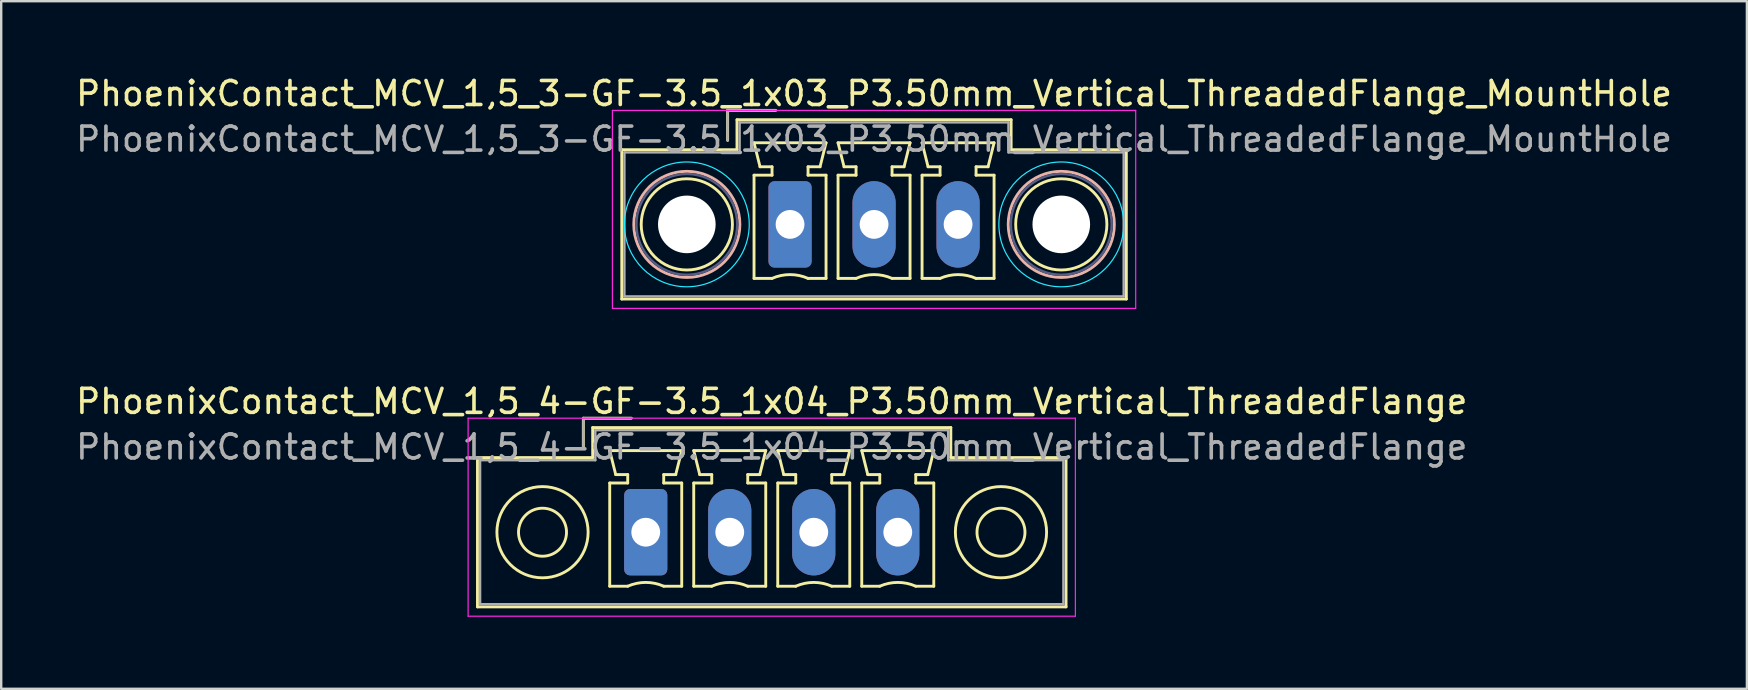
<source format=kicad_pcb>
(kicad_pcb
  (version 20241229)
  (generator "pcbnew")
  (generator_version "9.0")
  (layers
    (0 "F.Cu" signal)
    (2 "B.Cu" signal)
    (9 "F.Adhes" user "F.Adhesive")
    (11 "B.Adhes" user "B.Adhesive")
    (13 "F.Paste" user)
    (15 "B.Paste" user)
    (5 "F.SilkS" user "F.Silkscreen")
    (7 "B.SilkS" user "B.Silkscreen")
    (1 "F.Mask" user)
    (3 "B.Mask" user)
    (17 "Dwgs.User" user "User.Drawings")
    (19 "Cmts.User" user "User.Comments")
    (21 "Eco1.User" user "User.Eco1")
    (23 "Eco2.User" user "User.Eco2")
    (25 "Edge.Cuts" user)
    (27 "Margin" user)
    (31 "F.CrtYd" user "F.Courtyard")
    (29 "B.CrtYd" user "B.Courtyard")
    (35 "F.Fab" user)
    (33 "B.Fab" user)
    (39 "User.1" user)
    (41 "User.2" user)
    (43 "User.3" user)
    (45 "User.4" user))
  (footprint "PhoenixContact_MCV_1,5_4-GF-3.5_1x04_P3.50mm_Vertical_ThreadedFlange"
    (layer "F.Cu")
    (at 23.851 19.122)
    (property "Reference" "PhoenixContact_MCV_1,5_4-GF-3.5_1x04_P3.50mm_Vertical_ThreadedFlange" (at 5.25 -5.45 0) (layer "F.SilkS") (effects (font (size 1 1) (thickness 0.15))))
    (attr through_hole)
    (fp_line (start -7.01 -3.11) (end -7.01 3.11) (stroke (width 0.12) (type solid)) (layer "F.SilkS"))
    (fp_line (start -7.01 3.11) (end 17.51 3.11) (stroke (width 0.12) (type solid)) (layer "F.SilkS"))
    (fp_line (start -2.6 -4.75) (end -0.6 -4.75) (stroke (width 0.12) (type solid)) (layer "F.SilkS"))
    (fp_line (start -2.6 -3.5) (end -2.6 -4.75) (stroke (width 0.12) (type solid)) (layer "F.SilkS"))
    (fp_line (start -2.21 -4.36) (end -2.21 -3.11) (stroke (width 0.12) (type solid)) (layer "F.SilkS"))
    (fp_line (start -2.21 -3.11) (end -7.01 -3.11) (stroke (width 0.12) (type solid)) (layer "F.SilkS"))
    (fp_line (start -1.5 -3.4) (end 1.5 -3.4) (stroke (width 0.12) (type solid)) (layer "F.SilkS"))
    (fp_line (start -1.5 -2.05) (end -0.75 -2.05) (stroke (width 0.12) (type solid)) (layer "F.SilkS"))
    (fp_line (start -1.5 2.25) (end -1.5 -2.05) (stroke (width 0.12) (type solid)) (layer "F.SilkS"))
    (fp_line (start -1.25 -2.4) (end -1.5 -3.4) (stroke (width 0.12) (type solid)) (layer "F.SilkS"))
    (fp_line (start -0.75 -2.4) (end -1.25 -2.4) (stroke (width 0.12) (type solid)) (layer "F.SilkS"))
    (fp_line (start -0.75 -2.05) (end -0.75 -2.4) (stroke (width 0.12) (type solid)) (layer "F.SilkS"))
    (fp_line (start -0.75 2.25) (end -1.5 2.25) (stroke (width 0.12) (type solid)) (layer "F.SilkS"))
    (fp_line (start 0.75 -2.4) (end 0.75 -2.05) (stroke (width 0.12) (type solid)) (layer "F.SilkS"))
    (fp_line (start 0.75 -2.05) (end 1.5 -2.05) (stroke (width 0.12) (type solid)) (layer "F.SilkS"))
    (fp_line (start 1.25 -2.4) (end 0.75 -2.4) (stroke (width 0.12) (type solid)) (layer "F.SilkS"))
    (fp_line (start 1.5 -3.4) (end 1.25 -2.4) (stroke (width 0.12) (type solid)) (layer "F.SilkS"))
    (fp_line (start 1.5 -2.05) (end 1.5 2.25) (stroke (width 0.12) (type solid)) (layer "F.SilkS"))
    (fp_line (start 1.5 2.25) (end 0.75 2.25) (stroke (width 0.12) (type solid)) (layer "F.SilkS"))
    (fp_line (start 2 -3.4) (end 5 -3.4) (stroke (width 0.12) (type solid)) (layer "F.SilkS"))
    (fp_line (start 2 -2.05) (end 2.75 -2.05) (stroke (width 0.12) (type solid)) (layer "F.SilkS"))
    (fp_line (start 2 2.25) (end 2 -2.05) (stroke (width 0.12) (type solid)) (layer "F.SilkS"))
    (fp_line (start 2.25 -2.4) (end 2 -3.4) (stroke (width 0.12) (type solid)) (layer "F.SilkS"))
    (fp_line (start 2.75 -2.4) (end 2.25 -2.4) (stroke (width 0.12) (type solid)) (layer "F.SilkS"))
    (fp_line (start 2.75 -2.05) (end 2.75 -2.4) (stroke (width 0.12) (type solid)) (layer "F.SilkS"))
    (fp_line (start 2.75 2.25) (end 2 2.25) (stroke (width 0.12) (type solid)) (layer "F.SilkS"))
    (fp_line (start 4.25 -2.4) (end 4.25 -2.05) (stroke (width 0.12) (type solid)) (layer "F.SilkS"))
    (fp_line (start 4.25 -2.05) (end 5 -2.05) (stroke (width 0.12) (type solid)) (layer "F.SilkS"))
    (fp_line (start 4.75 -2.4) (end 4.25 -2.4) (stroke (width 0.12) (type solid)) (layer "F.SilkS"))
    (fp_line (start 5 -3.4) (end 4.75 -2.4) (stroke (width 0.12) (type solid)) (layer "F.SilkS"))
    (fp_line (start 5 -2.05) (end 5 2.25) (stroke (width 0.12) (type solid)) (layer "F.SilkS"))
    (fp_line (start 5 2.25) (end 4.25 2.25) (stroke (width 0.12) (type solid)) (layer "F.SilkS"))
    (fp_line (start 5.5 -3.4) (end 8.5 -3.4) (stroke (width 0.12) (type solid)) (layer "F.SilkS"))
    (fp_line (start 5.5 -2.05) (end 6.25 -2.05) (stroke (width 0.12) (type solid)) (layer "F.SilkS"))
    (fp_line (start 5.5 2.25) (end 5.5 -2.05) (stroke (width 0.12) (type solid)) (layer "F.SilkS"))
    (fp_line (start 5.75 -2.4) (end 5.5 -3.4) (stroke (width 0.12) (type solid)) (layer "F.SilkS"))
    (fp_line (start 6.25 -2.4) (end 5.75 -2.4) (stroke (width 0.12) (type solid)) (layer "F.SilkS"))
    (fp_line (start 6.25 -2.05) (end 6.25 -2.4) (stroke (width 0.12) (type solid)) (layer "F.SilkS"))
    (fp_line (start 6.25 2.25) (end 5.5 2.25) (stroke (width 0.12) (type solid)) (layer "F.SilkS"))
    (fp_line (start 7.75 -2.4) (end 7.75 -2.05) (stroke (width 0.12) (type solid)) (layer "F.SilkS"))
    (fp_line (start 7.75 -2.05) (end 8.5 -2.05) (stroke (width 0.12) (type solid)) (layer "F.SilkS"))
    (fp_line (start 8.25 -2.4) (end 7.75 -2.4) (stroke (width 0.12) (type solid)) (layer "F.SilkS"))
    (fp_line (start 8.5 -3.4) (end 8.25 -2.4) (stroke (width 0.12) (type solid)) (layer "F.SilkS"))
    (fp_line (start 8.5 -2.05) (end 8.5 2.25) (stroke (width 0.12) (type solid)) (layer "F.SilkS"))
    (fp_line (start 8.5 2.25) (end 7.75 2.25) (stroke (width 0.12) (type solid)) (layer "F.SilkS"))
    (fp_line (start 9 -3.4) (end 12 -3.4) (stroke (width 0.12) (type solid)) (layer "F.SilkS"))
    (fp_line (start 9 -2.05) (end 9.75 -2.05) (stroke (width 0.12) (type solid)) (layer "F.SilkS"))
    (fp_line (start 9 2.25) (end 9 -2.05) (stroke (width 0.12) (type solid)) (layer "F.SilkS"))
    (fp_line (start 9.25 -2.4) (end 9 -3.4) (stroke (width 0.12) (type solid)) (layer "F.SilkS"))
    (fp_line (start 9.75 -2.4) (end 9.25 -2.4) (stroke (width 0.12) (type solid)) (layer "F.SilkS"))
    (fp_line (start 9.75 -2.05) (end 9.75 -2.4) (stroke (width 0.12) (type solid)) (layer "F.SilkS"))
    (fp_line (start 9.75 2.25) (end 9 2.25) (stroke (width 0.12) (type solid)) (layer "F.SilkS"))
    (fp_line (start 11.25 -2.4) (end 11.25 -2.05) (stroke (width 0.12) (type solid)) (layer "F.SilkS"))
    (fp_line (start 11.25 -2.05) (end 12 -2.05) (stroke (width 0.12) (type solid)) (layer "F.SilkS"))
    (fp_line (start 11.75 -2.4) (end 11.25 -2.4) (stroke (width 0.12) (type solid)) (layer "F.SilkS"))
    (fp_line (start 12 -3.4) (end 11.75 -2.4) (stroke (width 0.12) (type solid)) (layer "F.SilkS"))
    (fp_line (start 12 -2.05) (end 12 2.25) (stroke (width 0.12) (type solid)) (layer "F.SilkS"))
    (fp_line (start 12 2.25) (end 11.25 2.25) (stroke (width 0.12) (type solid)) (layer "F.SilkS"))
    (fp_line (start 12.71 -4.36) (end -2.21 -4.36) (stroke (width 0.12) (type solid)) (layer "F.SilkS"))
    (fp_line (start 12.71 -3.11) (end 12.71 -4.36) (stroke (width 0.12) (type solid)) (layer "F.SilkS"))
    (fp_line (start 17.51 -3.11) (end 12.71 -3.11) (stroke (width 0.12) (type solid)) (layer "F.SilkS"))
    (fp_line (start 17.51 3.11) (end 17.51 -3.11) (stroke (width 0.12) (type solid)) (layer "F.SilkS"))
    (fp_arc (start -0.75 2.25) (mid -0.000193 2.09191) (end 0.749647 2.249844) (stroke (width 0.12) (type solid)) (layer "F.SilkS"))
    (fp_arc (start 2.75 2.25) (mid 3.499807 2.09191) (end 4.249647 2.249844) (stroke (width 0.12) (type solid)) (layer "F.SilkS"))
    (fp_arc (start 6.25 2.25) (mid 6.999807 2.09191) (end 7.749647 2.249844) (stroke (width 0.12) (type solid)) (layer "F.SilkS"))
    (fp_arc (start 9.75 2.25) (mid 10.499807 2.09191) (end 11.249647 2.249844) (stroke (width 0.12) (type solid)) (layer "F.SilkS"))
    (fp_circle (center -4.3 0) (end -3.3 0) (stroke (width 0.12) (type solid)) (fill no) (layer "F.SilkS"))
    (fp_circle (center -4.3 0) (end -2.4 0) (stroke (width 0.12) (type solid)) (fill no) (layer "F.SilkS"))
    (fp_circle (center 14.8 0) (end 15.8 0) (stroke (width 0.12) (type solid)) (fill no) (layer "F.SilkS"))
    (fp_circle (center 14.8 0) (end 16.7 0) (stroke (width 0.12) (type solid)) (fill no) (layer "F.SilkS"))
    (fp_line (start -7.4 -4.75) (end -7.4 3.5) (stroke (width 0.05) (type solid)) (layer "F.CrtYd"))
    (fp_line (start -7.4 3.5) (end 17.9 3.5) (stroke (width 0.05) (type solid)) (layer "F.CrtYd"))
    (fp_line (start 17.9 -4.75) (end -7.4 -4.75) (stroke (width 0.05) (type solid)) (layer "F.CrtYd"))
    (fp_line (start 17.9 3.5) (end 17.9 -4.75) (stroke (width 0.05) (type solid)) (layer "F.CrtYd"))
    (fp_line (start -6.9 -3) (end -6.9 3) (stroke (width 0.1) (type solid)) (layer "F.Fab"))
    (fp_line (start -6.9 3) (end 17.4 3) (stroke (width 0.1) (type solid)) (layer "F.Fab"))
    (fp_line (start -2.6 -4.75) (end -0.6 -4.75) (stroke (width 0.1) (type solid)) (layer "F.Fab"))
    (fp_line (start -2.6 -3.5) (end -2.6 -4.75) (stroke (width 0.1) (type solid)) (layer "F.Fab"))
    (fp_line (start -2.1 -4.25) (end -2.1 -3) (stroke (width 0.1) (type solid)) (layer "F.Fab"))
    (fp_line (start -2.1 -3) (end -6.9 -3) (stroke (width 0.1) (type solid)) (layer "F.Fab"))
    (fp_line (start 12.6 -4.25) (end -2.1 -4.25) (stroke (width 0.1) (type solid)) (layer "F.Fab"))
    (fp_line (start 12.6 -3) (end 12.6 -4.25) (stroke (width 0.1) (type solid)) (layer "F.Fab"))
    (fp_line (start 17.4 -3) (end 12.6 -3) (stroke (width 0.1) (type solid)) (layer "F.Fab"))
    (fp_line (start 17.4 3) (end 17.4 -3) (stroke (width 0.1) (type solid)) (layer "F.Fab"))
    (fp_text user "${REFERENCE}" (at 5.25 -3.55 0) (layer "F.Fab") (effects (font (size 1 1) (thickness 0.15))))
    (pad "1" thru_hole roundrect (at 0 0) (size 1.8 3.6) (drill 1.2) (layers "*.Cu" "*.Mask") (roundrect_rratio 0.139))
    (pad "2" thru_hole oval (at 3.5 0) (size 1.8 3.6) (drill 1.2) (layers "*.Cu" "*.Mask"))
    (pad "3" thru_hole oval (at 7 0) (size 1.8 3.6) (drill 1.2) (layers "*.Cu" "*.Mask"))
    (pad "4" thru_hole oval (at 10.5 0) (size 1.8 3.6) (drill 1.2) (layers "*.Cu" "*.Mask")))
  (footprint "PhoenixContact_MCV_1,5_3-GF-3.5_1x03_P3.50mm_Vertical_ThreadedFlange_MountHole"
    (layer "F.Cu")
    (at 29.863 6.298)
    (property "Reference" "PhoenixContact_MCV_1,5_3-GF-3.5_1x03_P3.50mm_Vertical_ThreadedFlange_MountHole" (at 3.5 -5.45 0) (layer "F.SilkS") (effects (font (size 1 1) (thickness 0.15))))
    (attr through_hole)
    (fp_line (start -7.01 -3.11) (end -7.01 3.11) (stroke (width 0.12) (type solid)) (layer "F.SilkS"))
    (fp_line (start -7.01 3.11) (end 14.01 3.11) (stroke (width 0.12) (type solid)) (layer "F.SilkS"))
    (fp_line (start -2.6 -4.75) (end -0.6 -4.75) (stroke (width 0.12) (type solid)) (layer "F.SilkS"))
    (fp_line (start -2.6 -3.5) (end -2.6 -4.75) (stroke (width 0.12) (type solid)) (layer "F.SilkS"))
    (fp_line (start -2.21 -4.36) (end -2.21 -3.11) (stroke (width 0.12) (type solid)) (layer "F.SilkS"))
    (fp_line (start -2.21 -3.11) (end -7.01 -3.11) (stroke (width 0.12) (type solid)) (layer "F.SilkS"))
    (fp_line (start -1.5 -3.4) (end 1.5 -3.4) (stroke (width 0.12) (type solid)) (layer "F.SilkS"))
    (fp_line (start -1.5 -2.05) (end -0.75 -2.05) (stroke (width 0.12) (type solid)) (layer "F.SilkS"))
    (fp_line (start -1.5 2.25) (end -1.5 -2.05) (stroke (width 0.12) (type solid)) (layer "F.SilkS"))
    (fp_line (start -1.25 -2.4) (end -1.5 -3.4) (stroke (width 0.12) (type solid)) (layer "F.SilkS"))
    (fp_line (start -0.75 -2.4) (end -1.25 -2.4) (stroke (width 0.12) (type solid)) (layer "F.SilkS"))
    (fp_line (start -0.75 -2.05) (end -0.75 -2.4) (stroke (width 0.12) (type solid)) (layer "F.SilkS"))
    (fp_line (start -0.75 2.25) (end -1.5 2.25) (stroke (width 0.12) (type solid)) (layer "F.SilkS"))
    (fp_line (start 0.75 -2.4) (end 0.75 -2.05) (stroke (width 0.12) (type solid)) (layer "F.SilkS"))
    (fp_line (start 0.75 -2.05) (end 1.5 -2.05) (stroke (width 0.12) (type solid)) (layer "F.SilkS"))
    (fp_line (start 1.25 -2.4) (end 0.75 -2.4) (stroke (width 0.12) (type solid)) (layer "F.SilkS"))
    (fp_line (start 1.5 -3.4) (end 1.25 -2.4) (stroke (width 0.12) (type solid)) (layer "F.SilkS"))
    (fp_line (start 1.5 -2.05) (end 1.5 2.25) (stroke (width 0.12) (type solid)) (layer "F.SilkS"))
    (fp_line (start 1.5 2.25) (end 0.75 2.25) (stroke (width 0.12) (type solid)) (layer "F.SilkS"))
    (fp_line (start 2 -3.4) (end 5 -3.4) (stroke (width 0.12) (type solid)) (layer "F.SilkS"))
    (fp_line (start 2 -2.05) (end 2.75 -2.05) (stroke (width 0.12) (type solid)) (layer "F.SilkS"))
    (fp_line (start 2 2.25) (end 2 -2.05) (stroke (width 0.12) (type solid)) (layer "F.SilkS"))
    (fp_line (start 2.25 -2.4) (end 2 -3.4) (stroke (width 0.12) (type solid)) (layer "F.SilkS"))
    (fp_line (start 2.75 -2.4) (end 2.25 -2.4) (stroke (width 0.12) (type solid)) (layer "F.SilkS"))
    (fp_line (start 2.75 -2.05) (end 2.75 -2.4) (stroke (width 0.12) (type solid)) (layer "F.SilkS"))
    (fp_line (start 2.75 2.25) (end 2 2.25) (stroke (width 0.12) (type solid)) (layer "F.SilkS"))
    (fp_line (start 4.25 -2.4) (end 4.25 -2.05) (stroke (width 0.12) (type solid)) (layer "F.SilkS"))
    (fp_line (start 4.25 -2.05) (end 5 -2.05) (stroke (width 0.12) (type solid)) (layer "F.SilkS"))
    (fp_line (start 4.75 -2.4) (end 4.25 -2.4) (stroke (width 0.12) (type solid)) (layer "F.SilkS"))
    (fp_line (start 5 -3.4) (end 4.75 -2.4) (stroke (width 0.12) (type solid)) (layer "F.SilkS"))
    (fp_line (start 5 -2.05) (end 5 2.25) (stroke (width 0.12) (type solid)) (layer "F.SilkS"))
    (fp_line (start 5 2.25) (end 4.25 2.25) (stroke (width 0.12) (type solid)) (layer "F.SilkS"))
    (fp_line (start 5.5 -3.4) (end 8.5 -3.4) (stroke (width 0.12) (type solid)) (layer "F.SilkS"))
    (fp_line (start 5.5 -2.05) (end 6.25 -2.05) (stroke (width 0.12) (type solid)) (layer "F.SilkS"))
    (fp_line (start 5.5 2.25) (end 5.5 -2.05) (stroke (width 0.12) (type solid)) (layer "F.SilkS"))
    (fp_line (start 5.75 -2.4) (end 5.5 -3.4) (stroke (width 0.12) (type solid)) (layer "F.SilkS"))
    (fp_line (start 6.25 -2.4) (end 5.75 -2.4) (stroke (width 0.12) (type solid)) (layer "F.SilkS"))
    (fp_line (start 6.25 -2.05) (end 6.25 -2.4) (stroke (width 0.12) (type solid)) (layer "F.SilkS"))
    (fp_line (start 6.25 2.25) (end 5.5 2.25) (stroke (width 0.12) (type solid)) (layer "F.SilkS"))
    (fp_line (start 7.75 -2.4) (end 7.75 -2.05) (stroke (width 0.12) (type solid)) (layer "F.SilkS"))
    (fp_line (start 7.75 -2.05) (end 8.5 -2.05) (stroke (width 0.12) (type solid)) (layer "F.SilkS"))
    (fp_line (start 8.25 -2.4) (end 7.75 -2.4) (stroke (width 0.12) (type solid)) (layer "F.SilkS"))
    (fp_line (start 8.5 -3.4) (end 8.25 -2.4) (stroke (width 0.12) (type solid)) (layer "F.SilkS"))
    (fp_line (start 8.5 -2.05) (end 8.5 2.25) (stroke (width 0.12) (type solid)) (layer "F.SilkS"))
    (fp_line (start 8.5 2.25) (end 7.75 2.25) (stroke (width 0.12) (type solid)) (layer "F.SilkS"))
    (fp_line (start 9.21 -4.36) (end -2.21 -4.36) (stroke (width 0.12) (type solid)) (layer "F.SilkS"))
    (fp_line (start 9.21 -3.11) (end 9.21 -4.36) (stroke (width 0.12) (type solid)) (layer "F.SilkS"))
    (fp_line (start 14.01 -3.11) (end 9.21 -3.11) (stroke (width 0.12) (type solid)) (layer "F.SilkS"))
    (fp_line (start 14.01 3.11) (end 14.01 -3.11) (stroke (width 0.12) (type solid)) (layer "F.SilkS"))
    (fp_arc (start -0.75 2.25) (mid -0.000193 2.09191) (end 0.749647 2.249844) (stroke (width 0.12) (type solid)) (layer "F.SilkS"))
    (fp_arc (start 2.75 2.25) (mid 3.499807 2.09191) (end 4.249647 2.249844) (stroke (width 0.12) (type solid)) (layer "F.SilkS"))
    (fp_arc (start 6.25 2.25) (mid 6.999807 2.09191) (end 7.749647 2.249844) (stroke (width 0.12) (type solid)) (layer "F.SilkS"))
    (fp_circle (center -4.3 0) (end -2.4 0) (stroke (width 0.12) (type solid)) (fill no) (layer "F.SilkS"))
    (fp_circle (center 11.3 0) (end 13.2 0) (stroke (width 0.12) (type solid)) (fill no) (layer "F.SilkS"))
    (fp_circle (center -4.3 0) (end -2.09 0) (stroke (width 0.12) (type solid)) (fill no) (layer "B.SilkS"))
    (fp_circle (center 11.3 0) (end 13.51 0) (stroke (width 0.12) (type solid)) (fill no) (layer "B.SilkS"))
    (fp_circle (center -4.3 0) (end -1.7 0) (stroke (width 0.05) (type solid)) (fill no) (layer "B.CrtYd"))
    (fp_circle (center 11.3 0) (end 13.9 0) (stroke (width 0.05) (type solid)) (fill no) (layer "B.CrtYd"))
    (fp_line (start -7.4 -4.75) (end -7.4 3.5) (stroke (width 0.05) (type solid)) (layer "F.CrtYd"))
    (fp_line (start -7.4 3.5) (end 14.4 3.5) (stroke (width 0.05) (type solid)) (layer "F.CrtYd"))
    (fp_line (start 14.4 -4.75) (end -7.4 -4.75) (stroke (width 0.05) (type solid)) (layer "F.CrtYd"))
    (fp_line (start 14.4 3.5) (end 14.4 -4.75) (stroke (width 0.05) (type solid)) (layer "F.CrtYd"))
    (fp_circle (center -4.3 0) (end -2.2 0) (stroke (width 0.1) (type solid)) (fill no) (layer "B.Fab"))
    (fp_circle (center 11.3 0) (end 13.4 0) (stroke (width 0.1) (type solid)) (fill no) (layer "B.Fab"))
    (fp_line (start -6.9 -3) (end -6.9 3) (stroke (width 0.1) (type solid)) (layer "F.Fab"))
    (fp_line (start -6.9 3) (end 13.9 3) (stroke (width 0.1) (type solid)) (layer "F.Fab"))
    (fp_line (start -2.6 -4.75) (end -0.6 -4.75) (stroke (width 0.1) (type solid)) (layer "F.Fab"))
    (fp_line (start -2.6 -3.5) (end -2.6 -4.75) (stroke (width 0.1) (type solid)) (layer "F.Fab"))
    (fp_line (start -2.1 -4.25) (end -2.1 -3) (stroke (width 0.1) (type solid)) (layer "F.Fab"))
    (fp_line (start -2.1 -3) (end -6.9 -3) (stroke (width 0.1) (type solid)) (layer "F.Fab"))
    (fp_line (start 9.1 -4.25) (end -2.1 -4.25) (stroke (width 0.1) (type solid)) (layer "F.Fab"))
    (fp_line (start 9.1 -3) (end 9.1 -4.25) (stroke (width 0.1) (type solid)) (layer "F.Fab"))
    (fp_line (start 13.9 -3) (end 9.1 -3) (stroke (width 0.1) (type solid)) (layer "F.Fab"))
    (fp_line (start 13.9 3) (end 13.9 -3) (stroke (width 0.1) (type solid)) (layer "F.Fab"))
    (fp_text user "${REFERENCE}" (at 3.5 -3.55 0) (layer "F.Fab") (effects (font (size 1 1) (thickness 0.15))))
    (pad "" np_thru_hole circle (at -4.3 0) (size 2.4 2.4) (drill 2.4) (layers "*.Cu" "*.Mask"))
    (pad "" np_thru_hole circle (at 11.3 0) (size 2.4 2.4) (drill 2.4) (layers "*.Cu" "*.Mask"))
    (pad "1" thru_hole roundrect (at 0 0) (size 1.8 3.6) (drill 1.2) (layers "*.Cu" "*.Mask") (roundrect_rratio 0.139))
    (pad "2" thru_hole oval (at 3.5 0) (size 1.8 3.6) (drill 1.2) (layers "*.Cu" "*.Mask"))
    (pad "3" thru_hole oval (at 7 0) (size 1.8 3.6) (drill 1.2) (layers "*.Cu" "*.Mask")))
  (gr_rect
    (start -3 -3)
    (end 69.726 25.646)
    (stroke (width 0.1) (type default))
    (fill no)
    (layer "Edge.Cuts")))
</source>
